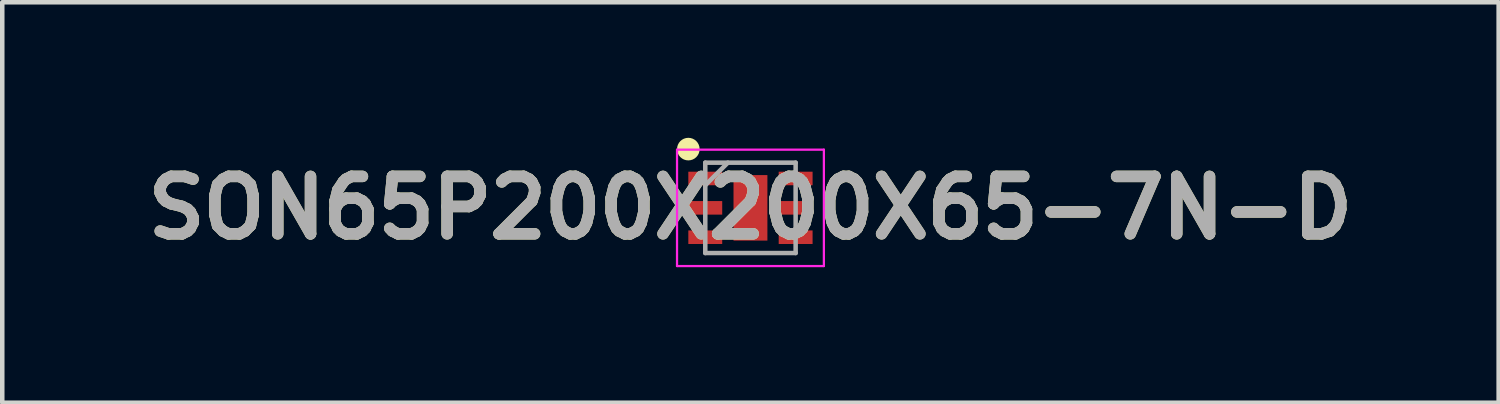
<source format=kicad_pcb>
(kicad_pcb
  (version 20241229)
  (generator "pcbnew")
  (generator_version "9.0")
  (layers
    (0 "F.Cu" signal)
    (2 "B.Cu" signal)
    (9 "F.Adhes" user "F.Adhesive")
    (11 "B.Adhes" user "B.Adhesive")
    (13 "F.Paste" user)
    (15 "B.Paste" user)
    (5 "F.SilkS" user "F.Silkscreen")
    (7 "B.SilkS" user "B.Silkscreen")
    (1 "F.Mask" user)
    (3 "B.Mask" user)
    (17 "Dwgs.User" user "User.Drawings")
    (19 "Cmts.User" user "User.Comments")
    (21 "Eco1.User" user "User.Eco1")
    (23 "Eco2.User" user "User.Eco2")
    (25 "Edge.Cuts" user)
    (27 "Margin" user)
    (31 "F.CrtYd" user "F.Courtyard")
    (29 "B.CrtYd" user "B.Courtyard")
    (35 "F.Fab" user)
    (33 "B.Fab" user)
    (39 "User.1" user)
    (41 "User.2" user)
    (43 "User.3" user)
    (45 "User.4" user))
  (footprint "SON65P200X200X65-7N-D"
    (layer "F.Cu")
    (at 13.559 1.55)
    (property "Reference" "SON65P200X200X65-7N-D" (at 0 0 0) (layer "F.SilkS") (effects (font (size 1.27 1.27) (thickness 0.254))))
    (attr smd)
    (fp_circle (center -1.375 -1.3) (end -1.375 -1.175) (stroke (width 0.25) (type solid)) (fill no) (layer "F.SilkS"))
    (fp_line (start -1.625 -1.288) (end 1.625 -1.288) (stroke (width 0.05) (type solid)) (layer "F.CrtYd"))
    (fp_line (start -1.625 1.288) (end -1.625 -1.288) (stroke (width 0.05) (type solid)) (layer "F.CrtYd"))
    (fp_line (start 1.625 -1.288) (end 1.625 1.288) (stroke (width 0.05) (type solid)) (layer "F.CrtYd"))
    (fp_line (start 1.625 1.288) (end -1.625 1.288) (stroke (width 0.05) (type solid)) (layer "F.CrtYd"))
    (fp_line (start -1 -1) (end 1 -1) (stroke (width 0.1) (type solid)) (layer "F.Fab"))
    (fp_line (start -1 -0.5) (end -0.5 -1) (stroke (width 0.1) (type solid)) (layer "F.Fab"))
    (fp_line (start -1 1) (end -1 -1) (stroke (width 0.1) (type solid)) (layer "F.Fab"))
    (fp_line (start 1 -1) (end 1 1) (stroke (width 0.1) (type solid)) (layer "F.Fab"))
    (fp_line (start 1 1) (end -1 1) (stroke (width 0.1) (type solid)) (layer "F.Fab"))
    (fp_text user "${REFERENCE}" (at 0 0 0) (layer "F.Fab") (effects (font (size 1.27 1.27) (thickness 0.254))))
    (pad "1" smd rect (at -1 -0.65 90) (size 0.3 0.75) (layers "F.Cu" "F.Mask" "F.Paste"))
    (pad "2" smd rect (at -1 0 90) (size 0.3 0.75) (layers "F.Cu" "F.Mask" "F.Paste"))
    (pad "3" smd rect (at -1 0.65 90) (size 0.3 0.75) (layers "F.Cu" "F.Mask" "F.Paste"))
    (pad "4" smd rect (at 1 0.65 90) (size 0.3 0.75) (layers "F.Cu" "F.Mask" "F.Paste"))
    (pad "5" smd rect (at 1 0 90) (size 0.3 0.75) (layers "F.Cu" "F.Mask" "F.Paste"))
    (pad "6" smd rect (at 1 -0.65 90) (size 0.3 0.75) (layers "F.Cu" "F.Mask" "F.Paste"))
    (pad "7" smd rect (at 0 0) (size 0.75 1.45) (layers "F.Cu" "F.Mask" "F.Paste")))
  (gr_rect
    (start -3 -3)
    (end 30.118 5.863)
    (stroke (width 0.1) (type default))
    (fill no)
    (layer "Edge.Cuts")))
</source>
